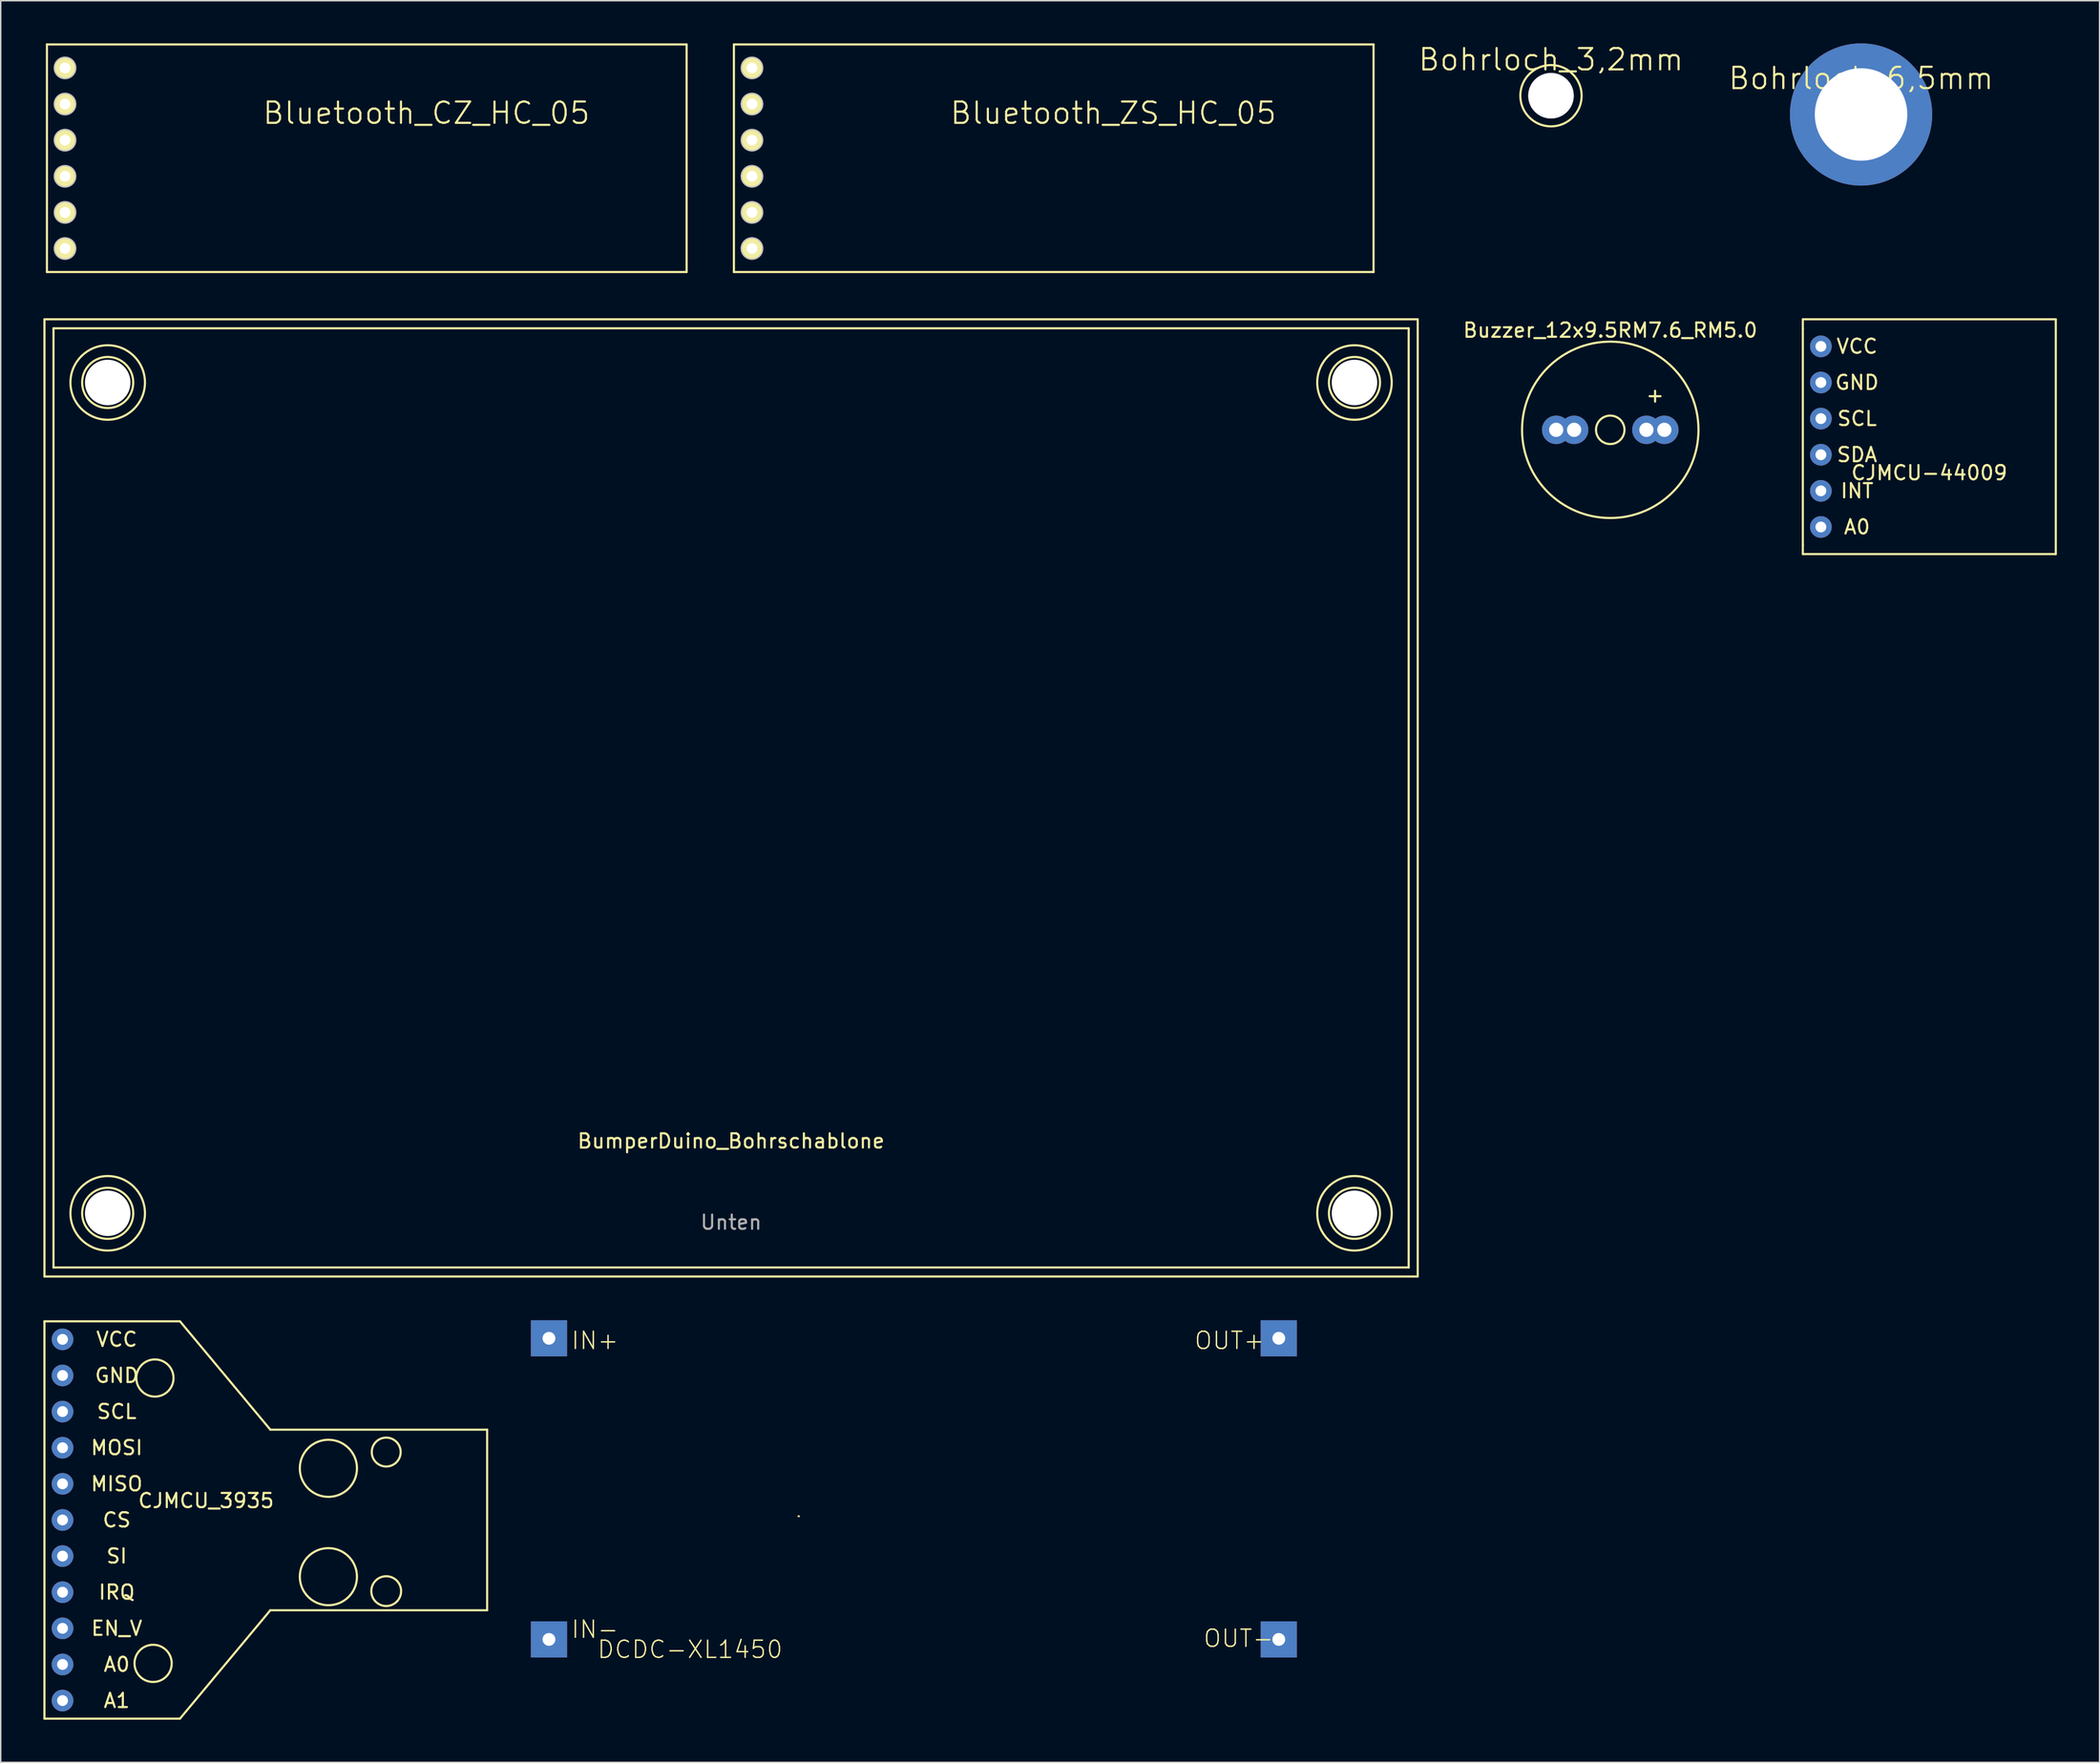
<source format=kicad_pcb>
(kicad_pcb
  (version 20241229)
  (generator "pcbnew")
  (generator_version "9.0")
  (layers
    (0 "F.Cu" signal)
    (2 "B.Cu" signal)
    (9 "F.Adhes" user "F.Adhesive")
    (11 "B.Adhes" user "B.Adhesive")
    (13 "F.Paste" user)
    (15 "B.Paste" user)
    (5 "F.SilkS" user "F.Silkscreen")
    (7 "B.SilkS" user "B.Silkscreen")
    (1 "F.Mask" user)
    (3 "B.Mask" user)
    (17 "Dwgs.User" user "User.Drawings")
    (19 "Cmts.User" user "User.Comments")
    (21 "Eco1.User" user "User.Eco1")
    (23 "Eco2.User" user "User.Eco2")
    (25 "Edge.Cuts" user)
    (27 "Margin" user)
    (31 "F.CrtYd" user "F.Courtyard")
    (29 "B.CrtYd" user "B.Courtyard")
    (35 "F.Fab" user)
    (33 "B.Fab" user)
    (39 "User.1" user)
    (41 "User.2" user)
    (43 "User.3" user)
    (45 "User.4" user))
  (footprint "BumperDuino_Bohrschablone"
    (layer "F.Cu")
    (at 48.335 53.057)
    (property "Reference" "BumperDuino_Bohrschablone" (at 0 24.13 0) (layer "F.SilkS") (effects (font (size 1 1) (thickness 0.15))))
    (attr through_hole)
    (fp_line (start -48.26 -33.655) (end -48.26 33.655) (stroke (width 0.15) (type solid)) (layer "F.SilkS"))
    (fp_line (start -48.26 33.655) (end 48.26 33.655) (stroke (width 0.15) (type solid)) (layer "F.SilkS"))
    (fp_line (start -47.625 -33.02) (end -47.625 33.02) (stroke (width 0.15) (type solid)) (layer "F.SilkS"))
    (fp_line (start -47.625 33.02) (end 47.625 33.02) (stroke (width 0.15) (type solid)) (layer "F.SilkS"))
    (fp_line (start -45.085 29.21) (end -42.545 29.21) (stroke (width 0.15) (type solid)) (layer "F.SilkS"))
    (fp_line (start -43.815 27.94) (end -43.815 30.48) (stroke (width 0.15) (type solid)) (layer "F.SilkS"))
    (fp_line (start 43.815 -30.48) (end 43.815 -27.94) (stroke (width 0.15) (type solid)) (layer "F.SilkS"))
    (fp_line (start 43.815 27.94) (end 43.815 30.48) (stroke (width 0.15) (type solid)) (layer "F.SilkS"))
    (fp_line (start 45.085 -29.21) (end 42.545 -29.21) (stroke (width 0.15) (type solid)) (layer "F.SilkS"))
    (fp_line (start 45.085 29.21) (end 42.545 29.21) (stroke (width 0.15) (type solid)) (layer "F.SilkS"))
    (fp_line (start 47.625 -33.02) (end -47.625 -33.02) (stroke (width 0.15) (type solid)) (layer "F.SilkS"))
    (fp_line (start 47.625 33.02) (end 47.625 -33.02) (stroke (width 0.15) (type solid)) (layer "F.SilkS"))
    (fp_line (start 48.26 -33.655) (end -48.26 -33.655) (stroke (width 0.15) (type solid)) (layer "F.SilkS"))
    (fp_line (start 48.26 33.655) (end 48.26 -33.655) (stroke (width 0.15) (type solid)) (layer "F.SilkS"))
    (fp_circle (center -43.815 -29.21) (end -43.18 -26.67) (stroke (width 0.15) (type solid)) (fill no) (layer "F.SilkS"))
    (fp_circle (center -43.815 -29.21) (end -42.545 -27.94) (stroke (width 0.15) (type solid)) (fill no) (layer "F.SilkS"))
    (fp_circle (center -43.815 29.21) (end -43.18 31.75) (stroke (width 0.15) (type solid)) (fill no) (layer "F.SilkS"))
    (fp_circle (center -43.815 29.21) (end -42.545 30.48) (stroke (width 0.15) (type solid)) (fill no) (layer "F.SilkS"))
    (fp_circle (center 43.815 -29.21) (end 44.45 -26.67) (stroke (width 0.15) (type solid)) (fill no) (layer "F.SilkS"))
    (fp_circle (center 43.815 -29.21) (end 45.085 -27.94) (stroke (width 0.15) (type solid)) (fill no) (layer "F.SilkS"))
    (fp_circle (center 43.815 29.21) (end 44.45 31.75) (stroke (width 0.15) (type solid)) (fill no) (layer "F.SilkS"))
    (fp_circle (center 43.815 29.21) (end 45.085 30.48) (stroke (width 0.15) (type solid)) (fill no) (layer "F.SilkS"))
    (fp_text user "Unten" (at 0 29.845 0) (layer "F.Fab") (effects (font (size 1 1) (thickness 0.15))))
    (pad "" np_thru_hole circle (at -43.815 -29.21) (size 3.2 3.2) (drill 3.2) (layers "*.Cu" "*.Mask"))
    (pad "" np_thru_hole circle (at -43.815 29.21) (size 3.2 3.2) (drill 3.2) (layers "*.Cu" "*.Mask"))
    (pad "" np_thru_hole circle (at 43.815 -29.21) (size 3.2 3.2) (drill 3.2) (layers "*.Cu" "*.Mask"))
    (pad "" np_thru_hole circle (at 43.815 29.21) (size 3.2 3.2) (drill 3.2) (layers "*.Cu" "*.Mask")))
  (footprint "Bluetooth_CZ_HC_05"
    (layer "F.Cu")
    (at 0.25 16.077)
    (property "Reference" "Bluetooth_CZ_HC_05" (at 26.67 -11.176 0) (layer "F.SilkS") (effects (font (size 1.5 1.5) (thickness 0.15))))
    (fp_line (start 0 -16.002) (end 44.958 -16.002) (stroke (width 0.15) (type solid)) (layer "F.SilkS"))
    (fp_line (start 0 0) (end 0 -16.002) (stroke (width 0.15) (type solid)) (layer "F.SilkS"))
    (fp_line (start 44.958 -16.002) (end 44.958 0) (stroke (width 0.15) (type solid)) (layer "F.SilkS"))
    (fp_line (start 44.958 0) (end 0 0) (stroke (width 0.15) (type solid)) (layer "F.SilkS"))
    (fp_circle (center 1.27 -14.35) (end 2.02 -14.35) (stroke (width 0.1) (type solid)) (fill no) (layer "Dwgs.User"))
    (fp_circle (center 1.27 -11.81) (end 2.02 -11.81) (stroke (width 0.1) (type solid)) (fill no) (layer "Dwgs.User"))
    (fp_circle (center 1.27 -9.27) (end 2.02 -9.27) (stroke (width 0.1) (type solid)) (fill no) (layer "Dwgs.User"))
    (fp_circle (center 1.27 -6.73) (end 2.02 -6.73) (stroke (width 0.1) (type solid)) (fill no) (layer "Dwgs.User"))
    (fp_circle (center 1.27 -4.19) (end 2.02 -4.19) (stroke (width 0.1) (type solid)) (fill no) (layer "Dwgs.User"))
    (fp_circle (center 1.27 -1.65) (end 2.02 -1.65) (stroke (width 0.1) (type solid)) (fill no) (layer "Dwgs.User"))
    (pad "1" thru_hole circle (at 1.27 -14.351) (size 1.524 1.524) (drill 0.762) (layers "*.Cu" "*.Mask" "F.SilkS"))
    (pad "2" thru_hole circle (at 1.27 -11.811) (size 1.524 1.524) (drill 0.762) (layers "*.Cu" "*.Mask" "F.SilkS"))
    (pad "3" thru_hole circle (at 1.27 -9.271) (size 1.524 1.524) (drill 0.762) (layers "*.Cu" "*.Mask" "F.SilkS"))
    (pad "4" thru_hole circle (at 1.27 -6.731) (size 1.524 1.524) (drill 0.762) (layers "*.Cu" "*.Mask" "F.SilkS"))
    (pad "5" thru_hole circle (at 1.27 -4.191) (size 1.524 1.524) (drill 0.762) (layers "*.Cu" "*.Mask" "F.SilkS"))
    (pad "6" thru_hole circle (at 1.27 -1.651) (size 1.524 1.524) (drill 0.762) (layers "*.Cu" "*.Mask" "F.SilkS")))
  (footprint "Buzzer_12x9.5RM7.6_RM5.0"
    (layer "F.Cu")
    (at 110.128 27.175)
    (property "Reference" "Buzzer_12x9.5RM7.6_RM5.0" (at 0 -7 180) (layer "F.SilkS") (effects (font (size 1 1) (thickness 0.15))))
    (fp_circle (center 0 0) (end 1.001 0) (stroke (width 0.15) (type solid)) (fill no) (layer "F.SilkS"))
    (fp_circle (center 0 0) (end 6.2 0) (stroke (width 0.15) (type solid)) (fill no) (layer "F.SilkS"))
    (fp_text user "+" (at 3.15 -2.438 0) (layer "F.SilkS") (effects (font (size 1 1) (thickness 0.15))))
    (pad "1" thru_hole circle (at -3.8 0) (size 2 2) (drill 1.001) (layers "*.Cu" "*.Mask"))
    (pad "1" thru_hole circle (at -2.54 0) (size 2 2) (drill 1.001) (layers "*.Cu" "*.Mask"))
    (pad "2" thru_hole circle (at 2.54 0) (size 2 2) (drill 1.001) (layers "*.Cu" "*.Mask"))
    (pad "2" thru_hole circle (at 3.8 0) (size 2 2) (drill 1.001) (layers "*.Cu" "*.Mask")))
  (footprint "Bohrloch_3,2mm"
    (layer "F.Cu")
    (at 105.962 3.681)
    (property "Reference" "Bohrloch_3,2mm" (at 0 -2.54 0) (layer "F.SilkS") (effects (font (size 1.5 1.5) (thickness 0.15))))
    (attr through_hole)
    (fp_circle (center 0 0) (end 1.524 1.524) (stroke (width 0.15) (type solid)) (fill no) (layer "F.SilkS"))
    (pad "" thru_hole circle (at 0 0) (size 3.2 3.2) (drill 3.2) (layers "*.Cu" "*.Mask")))
  (footprint "Bohrloch_6,5mm"
    (layer "F.Cu")
    (at 127.755 5)
    (property "Reference" "Bohrloch_6,5mm" (at 0 -2.54 0) (layer "F.SilkS") (effects (font (size 1.5 1.5) (thickness 0.15))))
    (attr through_hole)
    (pad "" thru_hole circle (at 0 0) (size 10 10) (drill 6.5) (layers "*.Cu" "*.Mask")))
  (footprint "Bluetooth_ZS_HC_05"
    (layer "F.Cu")
    (at 48.533 16.077)
    (property "Reference" "Bluetooth_ZS_HC_05" (at 26.67 -11.176 0) (layer "F.SilkS") (effects (font (size 1.5 1.5) (thickness 0.15))))
    (fp_line (start 0 -16.002) (end 44.958 -16.002) (stroke (width 0.15) (type solid)) (layer "F.SilkS"))
    (fp_line (start 0 0) (end 0 -16.002) (stroke (width 0.15) (type solid)) (layer "F.SilkS"))
    (fp_line (start 44.958 -16.002) (end 44.958 0) (stroke (width 0.15) (type solid)) (layer "F.SilkS"))
    (fp_line (start 44.958 0) (end 0 0) (stroke (width 0.15) (type solid)) (layer "F.SilkS"))
    (fp_circle (center 1.27 -14.35) (end 2.02 -14.35) (stroke (width 0.1) (type solid)) (fill no) (layer "Dwgs.User"))
    (fp_circle (center 1.27 -11.81) (end 2.02 -11.81) (stroke (width 0.1) (type solid)) (fill no) (layer "Dwgs.User"))
    (fp_circle (center 1.27 -9.27) (end 2.02 -9.27) (stroke (width 0.1) (type solid)) (fill no) (layer "Dwgs.User"))
    (fp_circle (center 1.27 -6.73) (end 2.02 -6.73) (stroke (width 0.1) (type solid)) (fill no) (layer "Dwgs.User"))
    (fp_circle (center 1.27 -4.19) (end 2.02 -4.19) (stroke (width 0.1) (type solid)) (fill no) (layer "Dwgs.User"))
    (fp_circle (center 1.27 -1.65) (end 2.02 -1.65) (stroke (width 0.1) (type solid)) (fill no) (layer "Dwgs.User"))
    (pad "1" thru_hole circle (at 1.27 -14.351) (size 1.524 1.524) (drill 0.762) (layers "*.Cu" "*.Mask" "F.SilkS"))
    (pad "2" thru_hole circle (at 1.27 -11.811) (size 1.524 1.524) (drill 0.762) (layers "*.Cu" "*.Mask" "F.SilkS"))
    (pad "3" thru_hole circle (at 1.27 -9.271) (size 1.524 1.524) (drill 0.762) (layers "*.Cu" "*.Mask" "F.SilkS"))
    (pad "4" thru_hole circle (at 1.27 -6.731) (size 1.524 1.524) (drill 0.762) (layers "*.Cu" "*.Mask" "F.SilkS"))
    (pad "5" thru_hole circle (at 1.27 -4.191) (size 1.524 1.524) (drill 0.762) (layers "*.Cu" "*.Mask" "F.SilkS"))
    (pad "6" thru_hole circle (at 1.27 -1.651) (size 1.524 1.524) (drill 0.762) (layers "*.Cu" "*.Mask" "F.SilkS")))
  (footprint "DCDC-XL1450"
    (layer "F.Cu")
    (at 53.085 103.572)
    (property "Reference" "DCDC-XL1450" (at -1.05 8.66 0) (layer "F.SilkS") (effects (font (size 1.206 1.206) (thickness 0.102)) (justify right top)))
    (attr through_hole)
    (fp_line (start 0 0) (end 0 0) (stroke (width 0.127) (type solid)) (layer "F.SilkS"))
    (fp_line (start 0 0) (end 0 0) (stroke (width 0.127) (type solid)) (layer "F.SilkS"))
    (fp_line (start 0 0) (end 0 0) (stroke (width 0.127) (type solid)) (layer "F.SilkS"))
    (fp_line (start 0 0) (end 0 0) (stroke (width 0.127) (type solid)) (layer "F.SilkS"))
    (fp_text user "OUT+" (at 27.745 -11.65 0) (layer "F.SilkS") (effects (font (size 1.206 1.206) (thickness 0.102)) (justify left bottom)))
    (fp_text user "OUT-" (at 28.38 9.295 0) (layer "F.SilkS") (effects (font (size 1.206 1.206) (thickness 0.102)) (justify left bottom)))
    (fp_text user "IN+" (at -16.05 -11.65 0) (layer "F.SilkS") (effects (font (size 1.206 1.206) (thickness 0.102)) (justify left bottom)))
    (fp_text user "IN-" (at -16.05 8.66 0) (layer "F.SilkS") (effects (font (size 1.206 1.206) (thickness 0.102)) (justify left bottom)))
    (pad "I+" thru_hole rect (at -17.55 -12.515) (size 2.54 2.54) (drill 0.9) (layers "*.Cu" "*.Mask"))
    (pad "I-" thru_hole rect (at -17.55 8.66) (size 2.54 2.54) (drill 0.9) (layers "*.Cu" "*.Mask"))
    (pad "O+" thru_hole rect (at 33.745 -12.515) (size 2.54 2.54) (drill 0.9) (layers "*.Cu" "*.Mask"))
    (pad "O-" thru_hole rect (at 33.745 8.66) (size 2.54 2.54) (drill 0.9) (layers "*.Cu" "*.Mask")))
  (footprint "CJMCU-44009"
    (layer "F.Cu")
    (at 132.552 27.657)
    (property "Reference" "CJMCU-44009" (at 0 2.54 0) (unlocked yes) (layer "F.SilkS") (effects (font (size 1 1) (thickness 0.15))))
    (attr through_hole)
    (fp_line (start -8.89 -8.255) (end 8.89 -8.255) (stroke (width 0.15) (type solid)) (layer "F.SilkS"))
    (fp_line (start -8.89 -7.62) (end -8.89 -8.255) (stroke (width 0.15) (type solid)) (layer "F.SilkS"))
    (fp_line (start -8.89 -7.62) (end -8.89 7.62) (stroke (width 0.15) (type solid)) (layer "F.SilkS"))
    (fp_line (start -8.89 8.255) (end -8.89 7.62) (stroke (width 0.15) (type solid)) (layer "F.SilkS"))
    (fp_line (start 8.89 -8.255) (end 8.89 8.255) (stroke (width 0.15) (type solid)) (layer "F.SilkS"))
    (fp_line (start 8.89 8.255) (end -8.89 8.255) (stroke (width 0.15) (type solid)) (layer "F.SilkS"))
    (fp_text user "VCC" (at -5.08 -6.35 0) (unlocked yes) (layer "F.SilkS") (effects (font (size 1 1) (thickness 0.15))))
    (fp_text user "SCL" (at -5.08 -1.27 0) (unlocked yes) (layer "F.SilkS") (effects (font (size 1 1) (thickness 0.15))))
    (fp_text user "A0" (at -5.08 6.35 0) (unlocked yes) (layer "F.SilkS") (effects (font (size 1 1) (thickness 0.15))))
    (fp_text user "INT" (at -5.08 3.81 0) (unlocked yes) (layer "F.SilkS") (effects (font (size 1 1) (thickness 0.15))))
    (fp_text user "SDA" (at -5.08 1.27 0) (unlocked yes) (layer "F.SilkS") (effects (font (size 1 1) (thickness 0.15))))
    (fp_text user "GND" (at -5.08 -3.81 0) (unlocked yes) (layer "F.SilkS") (effects (font (size 1 1) (thickness 0.15))))
    (pad "1" thru_hole circle (at -7.62 -6.35) (size 1.524 1.524) (drill 0.762) (layers "*.Cu" "*.Mask"))
    (pad "2" thru_hole circle (at -7.62 -3.81) (size 1.524 1.524) (drill 0.762) (layers "*.Cu" "*.Mask"))
    (pad "3" thru_hole circle (at -7.62 -1.27) (size 1.524 1.524) (drill 0.762) (layers "*.Cu" "*.Mask"))
    (pad "4" thru_hole circle (at -7.62 1.27) (size 1.524 1.524) (drill 0.762) (layers "*.Cu" "*.Mask"))
    (pad "5" thru_hole circle (at -7.62 3.81) (size 1.524 1.524) (drill 0.762) (layers "*.Cu" "*.Mask"))
    (pad "6" thru_hole circle (at -7.62 6.35) (size 1.524 1.524) (drill 0.762) (layers "*.Cu" "*.Mask")))
  (footprint "CJMCU_3935"
    (layer "F.Cu")
    (at 10.171 96.466)
    (property "Reference" "CJMCU_3935" (at 1.264 6.011 0) (unlocked yes) (layer "F.SilkS") (effects (font (size 1 1) (thickness 0.15))))
    (attr through_hole)
    (fp_line (start -10.097 -6.604) (end -10.097 21.336) (stroke (width 0.15) (type solid)) (layer "F.SilkS"))
    (fp_line (start -10.097 -6.604) (end -0.572 -6.604) (stroke (width 0.15) (type solid)) (layer "F.SilkS"))
    (fp_line (start -10.097 21.336) (end -0.572 21.336) (stroke (width 0.15) (type solid)) (layer "F.SilkS"))
    (fp_line (start -0.572 21.336) (end 5.779 13.716) (stroke (width 0.15) (type solid)) (layer "F.SilkS"))
    (fp_line (start 5.779 1.016) (end -0.572 -6.604) (stroke (width 0.15) (type solid)) (layer "F.SilkS"))
    (fp_line (start 21.018 1.016) (end 5.779 1.016) (stroke (width 0.15) (type solid)) (layer "F.SilkS"))
    (fp_line (start 21.018 1.016) (end 21.018 13.716) (stroke (width 0.15) (type solid)) (layer "F.SilkS"))
    (fp_line (start 21.018 13.716) (end 5.779 13.716) (stroke (width 0.15) (type solid)) (layer "F.SilkS"))
    (fp_circle (center -2.459 17.45) (end -3.602 16.815) (stroke (width 0.15) (type solid)) (fill no) (layer "F.SilkS"))
    (fp_circle (center -2.332 -2.616) (end -3.475 -1.981) (stroke (width 0.15) (type solid)) (fill no) (layer "F.SilkS"))
    (fp_circle (center 9.86 3.734) (end 7.955 4.369) (stroke (width 0.15) (type solid)) (fill no) (layer "F.SilkS"))
    (fp_circle (center 9.86 11.354) (end 7.955 10.719) (stroke (width 0.15) (type solid)) (fill no) (layer "F.SilkS"))
    (fp_circle (center 13.924 2.591) (end 12.908 2.591) (stroke (width 0.15) (type solid)) (fill no) (layer "F.SilkS"))
    (fp_circle (center 13.924 12.37) (end 12.908 12.624) (stroke (width 0.15) (type solid)) (fill no) (layer "F.SilkS"))
    (fp_text user "VCC" (at -5.016 -5.334 0) (unlocked yes) (layer "F.SilkS") (effects (font (size 1 1) (thickness 0.15))))
    (fp_text user "IRQ" (at -5.016 12.446 0) (unlocked yes) (layer "F.SilkS") (effects (font (size 1 1) (thickness 0.15))))
    (fp_text user "EN_V" (at -5.016 14.986 0) (unlocked yes) (layer "F.SilkS") (effects (font (size 1 1) (thickness 0.15))))
    (fp_text user "SCL" (at -5.016 -0.254 0) (unlocked yes) (layer "F.SilkS") (effects (font (size 1 1) (thickness 0.15))))
    (fp_text user "GND" (at -5.016 -2.794 0) (unlocked yes) (layer "F.SilkS") (effects (font (size 1 1) (thickness 0.15))))
    (fp_text user "SI" (at -5.016 9.906 0) (unlocked yes) (layer "F.SilkS") (effects (font (size 1 1) (thickness 0.15))))
    (fp_text user "CS" (at -5.016 7.366 0) (unlocked yes) (layer "F.SilkS") (effects (font (size 1 1) (thickness 0.15))))
    (fp_text user "A0" (at -5.016 17.526 0) (unlocked yes) (layer "F.SilkS") (effects (font (size 1 1) (thickness 0.15))))
    (fp_text user "A1" (at -5.016 20.066 0) (unlocked yes) (layer "F.SilkS") (effects (font (size 1 1) (thickness 0.15))))
    (fp_text user "MOSI" (at -5.016 2.286 0) (unlocked yes) (layer "F.SilkS") (effects (font (size 1 1) (thickness 0.15))))
    (fp_text user "MISO" (at -5.016 4.826 0) (unlocked yes) (layer "F.SilkS") (effects (font (size 1 1) (thickness 0.15))))
    (pad "1" thru_hole circle (at -8.826 -5.334) (size 1.524 1.524) (drill 0.762) (layers "*.Cu" "*.Mask"))
    (pad "2" thru_hole circle (at -8.826 -2.794) (size 1.524 1.524) (drill 0.762) (layers "*.Cu" "*.Mask"))
    (pad "3" thru_hole circle (at -8.826 -0.254) (size 1.524 1.524) (drill 0.762) (layers "*.Cu" "*.Mask"))
    (pad "4" thru_hole circle (at -8.826 2.286) (size 1.524 1.524) (drill 0.762) (layers "*.Cu" "*.Mask"))
    (pad "5" thru_hole circle (at -8.826 4.826) (size 1.524 1.524) (drill 0.762) (layers "*.Cu" "*.Mask"))
    (pad "6" thru_hole circle (at -8.826 7.366) (size 1.524 1.524) (drill 0.762) (layers "*.Cu" "*.Mask"))
    (pad "7" thru_hole circle (at -8.826 9.906) (size 1.524 1.524) (drill 0.762) (layers "*.Cu" "*.Mask"))
    (pad "8" thru_hole circle (at -8.826 12.446) (size 1.524 1.524) (drill 0.762) (layers "*.Cu" "*.Mask"))
    (pad "9" thru_hole circle (at -8.826 14.986) (size 1.524 1.524) (drill 0.762) (layers "*.Cu" "*.Mask"))
    (pad "10" thru_hole circle (at -8.826 17.526) (size 1.524 1.524) (drill 0.762) (layers "*.Cu" "*.Mask"))
    (pad "11" thru_hole circle (at -8.826 20.066) (size 1.524 1.524) (drill 0.762) (layers "*.Cu" "*.Mask")))
  (gr_rect
    (start -3 -3)
    (end 144.517 120.877)
    (stroke (width 0.1) (type default))
    (fill no)
    (layer "Edge.Cuts")))
</source>
